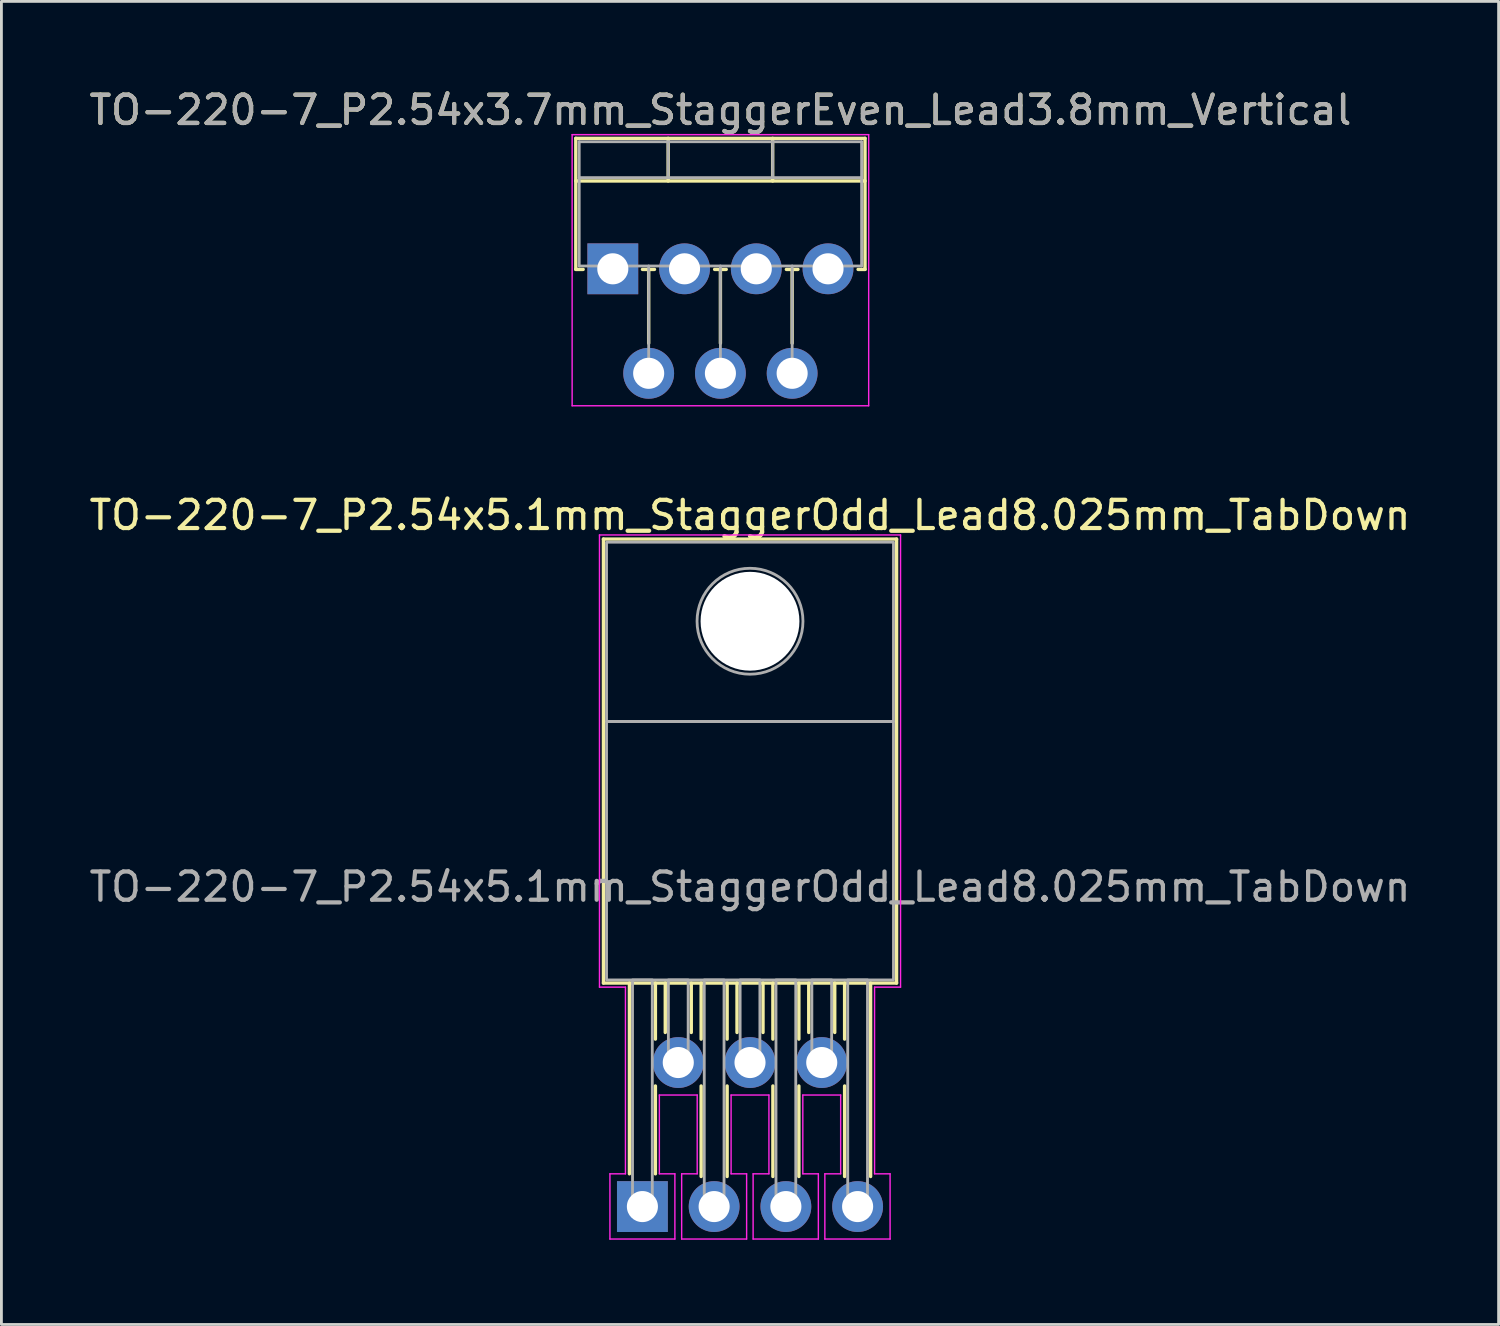
<source format=kicad_pcb>
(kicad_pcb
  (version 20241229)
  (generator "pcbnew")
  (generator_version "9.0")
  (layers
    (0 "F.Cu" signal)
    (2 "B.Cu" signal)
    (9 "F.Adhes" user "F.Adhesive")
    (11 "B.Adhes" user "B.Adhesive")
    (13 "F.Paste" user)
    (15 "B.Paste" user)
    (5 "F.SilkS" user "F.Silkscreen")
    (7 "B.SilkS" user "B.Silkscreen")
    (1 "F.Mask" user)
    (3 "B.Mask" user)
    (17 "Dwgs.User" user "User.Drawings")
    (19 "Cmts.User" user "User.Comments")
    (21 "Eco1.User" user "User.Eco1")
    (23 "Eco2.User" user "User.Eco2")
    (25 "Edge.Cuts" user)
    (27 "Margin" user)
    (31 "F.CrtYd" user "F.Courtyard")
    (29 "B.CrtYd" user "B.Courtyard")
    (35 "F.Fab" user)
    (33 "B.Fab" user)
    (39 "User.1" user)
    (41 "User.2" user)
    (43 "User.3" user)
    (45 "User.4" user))
  (footprint "TO-220-7_P2.54x3.7mm_StaggerEven_Lead3.8mm_Vertical"
    (layer "F.Cu")
    (at 18.648 6.468)
    (property "Reference" "TO-220-7_P2.54x3.7mm_StaggerEven_Lead3.8mm_Vertical" (at 3.81 -5.62 0) (layer "F.SilkS") (effects (font (size 1 1) (thickness 0.15))))
    (attr through_hole)
    (fp_line (start -1.31 -4.62) (end -1.31 0.021) (stroke (width 0.12) (type solid)) (layer "F.SilkS"))
    (fp_line (start -1.31 -4.62) (end 8.93 -4.62) (stroke (width 0.12) (type solid)) (layer "F.SilkS"))
    (fp_line (start -1.31 -3.111) (end 8.93 -3.111) (stroke (width 0.12) (type solid)) (layer "F.SilkS"))
    (fp_line (start -1.31 0.021) (end -1.05 0.021) (stroke (width 0.12) (type solid)) (layer "F.SilkS"))
    (fp_line (start 1.05 0.021) (end 1.475 0.021) (stroke (width 0.12) (type solid)) (layer "F.SilkS"))
    (fp_line (start 1.27 0.021) (end 1.27 2.635) (stroke (width 0.12) (type solid)) (layer "F.SilkS"))
    (fp_line (start 1.96 -4.62) (end 1.96 -3.111) (stroke (width 0.12) (type solid)) (layer "F.SilkS"))
    (fp_line (start 3.605 0.021) (end 4.016 0.021) (stroke (width 0.12) (type solid)) (layer "F.SilkS"))
    (fp_line (start 3.81 0.021) (end 3.81 2.635) (stroke (width 0.12) (type solid)) (layer "F.SilkS"))
    (fp_line (start 5.66 -4.62) (end 5.66 -3.111) (stroke (width 0.12) (type solid)) (layer "F.SilkS"))
    (fp_line (start 6.145 0.021) (end 6.555 0.021) (stroke (width 0.12) (type solid)) (layer "F.SilkS"))
    (fp_line (start 6.35 0.021) (end 6.35 2.635) (stroke (width 0.12) (type solid)) (layer "F.SilkS"))
    (fp_line (start 8.685 0.021) (end 8.93 0.021) (stroke (width 0.12) (type solid)) (layer "F.SilkS"))
    (fp_line (start 8.93 -4.62) (end 8.93 0.021) (stroke (width 0.12) (type solid)) (layer "F.SilkS"))
    (fp_line (start -1.44 -4.75) (end -1.44 4.85) (stroke (width 0.05) (type solid)) (layer "F.CrtYd"))
    (fp_line (start -1.44 4.85) (end 9.06 4.85) (stroke (width 0.05) (type solid)) (layer "F.CrtYd"))
    (fp_line (start 9.06 -4.75) (end -1.44 -4.75) (stroke (width 0.05) (type solid)) (layer "F.CrtYd"))
    (fp_line (start 9.06 4.85) (end 9.06 -4.75) (stroke (width 0.05) (type solid)) (layer "F.CrtYd"))
    (fp_line (start -1.19 -4.5) (end -1.19 -0.1) (stroke (width 0.1) (type solid)) (layer "F.Fab"))
    (fp_line (start -1.19 -3.23) (end 8.81 -3.23) (stroke (width 0.1) (type solid)) (layer "F.Fab"))
    (fp_line (start -1.19 -0.1) (end 8.81 -0.1) (stroke (width 0.1) (type solid)) (layer "F.Fab"))
    (fp_line (start 0 -0.1) (end 0 0) (stroke (width 0.1) (type solid)) (layer "F.Fab"))
    (fp_line (start 1.27 -0.1) (end 1.27 3.7) (stroke (width 0.1) (type solid)) (layer "F.Fab"))
    (fp_line (start 1.96 -4.5) (end 1.96 -3.23) (stroke (width 0.1) (type solid)) (layer "F.Fab"))
    (fp_line (start 2.54 -0.1) (end 2.54 0) (stroke (width 0.1) (type solid)) (layer "F.Fab"))
    (fp_line (start 3.81 -0.1) (end 3.81 3.7) (stroke (width 0.1) (type solid)) (layer "F.Fab"))
    (fp_line (start 5.08 -0.1) (end 5.08 0) (stroke (width 0.1) (type solid)) (layer "F.Fab"))
    (fp_line (start 5.66 -4.5) (end 5.66 -3.23) (stroke (width 0.1) (type solid)) (layer "F.Fab"))
    (fp_line (start 6.35 -0.1) (end 6.35 3.7) (stroke (width 0.1) (type solid)) (layer "F.Fab"))
    (fp_line (start 7.62 -0.1) (end 7.62 0) (stroke (width 0.1) (type solid)) (layer "F.Fab"))
    (fp_line (start 8.81 -4.5) (end -1.19 -4.5) (stroke (width 0.1) (type solid)) (layer "F.Fab"))
    (fp_line (start 8.81 -0.1) (end 8.81 -4.5) (stroke (width 0.1) (type solid)) (layer "F.Fab"))
    (fp_text user "${REFERENCE}" (at 3.81 -5.62 0) (layer "F.Fab") (effects (font (size 1 1) (thickness 0.15))))
    (pad "1" thru_hole rect (at 0 0) (size 1.8 1.8) (drill 1.1) (layers "*.Cu" "*.Mask"))
    (pad "2" thru_hole oval (at 1.27 3.7) (size 1.8 1.8) (drill 1.1) (layers "*.Cu" "*.Mask"))
    (pad "3" thru_hole oval (at 2.54 0) (size 1.8 1.8) (drill 1.1) (layers "*.Cu" "*.Mask"))
    (pad "4" thru_hole oval (at 3.81 3.7) (size 1.8 1.8) (drill 1.1) (layers "*.Cu" "*.Mask"))
    (pad "5" thru_hole oval (at 5.08 0) (size 1.8 1.8) (drill 1.1) (layers "*.Cu" "*.Mask"))
    (pad "6" thru_hole oval (at 6.35 3.7) (size 1.8 1.8) (drill 1.1) (layers "*.Cu" "*.Mask"))
    (pad "7" thru_hole oval (at 7.62 0) (size 1.8 1.8) (drill 1.1) (layers "*.Cu" "*.Mask")))
  (footprint "TO-220-7_P2.54x5.1mm_StaggerOdd_Lead8.025mm_TabDown"
    (layer "F.Cu")
    (at 19.696 39.672)
    (property "Reference" "TO-220-7_P2.54x5.1mm_StaggerOdd_Lead8.025mm_TabDown" (at 3.81 -24.48 0) (layer "F.SilkS") (effects (font (size 1 1) (thickness 0.15))))
    (attr through_hole)
    (fp_line (start -1.38 -23.635) (end 9 -23.635) (stroke (width 0.12) (type solid)) (layer "F.SilkS"))
    (fp_line (start -1.38 -7.915) (end -1.38 -23.635) (stroke (width 0.12) (type solid)) (layer "F.SilkS"))
    (fp_line (start -1.38 -7.915) (end 9 -7.915) (stroke (width 0.12) (type solid)) (layer "F.SilkS"))
    (fp_line (start -0.46 -7.915) (end -0.46 -1.16) (stroke (width 0.12) (type solid)) (layer "F.SilkS"))
    (fp_line (start 0.46 -7.915) (end 0.46 -5.93) (stroke (width 0.12) (type solid)) (layer "F.SilkS"))
    (fp_line (start 0.46 -4.27) (end 0.46 -1.16) (stroke (width 0.12) (type solid)) (layer "F.SilkS"))
    (fp_line (start 0.81 -7.915) (end 0.81 -6.165) (stroke (width 0.12) (type solid)) (layer "F.SilkS"))
    (fp_line (start 1.73 -7.915) (end 1.73 -6.165) (stroke (width 0.12) (type solid)) (layer "F.SilkS"))
    (fp_line (start 2.08 -7.915) (end 2.08 -5.93) (stroke (width 0.12) (type solid)) (layer "F.SilkS"))
    (fp_line (start 2.08 -4.27) (end 2.08 -1.065) (stroke (width 0.12) (type solid)) (layer "F.SilkS"))
    (fp_line (start 3 -7.915) (end 3 -5.93) (stroke (width 0.12) (type solid)) (layer "F.SilkS"))
    (fp_line (start 3 -4.27) (end 3 -1.065) (stroke (width 0.12) (type solid)) (layer "F.SilkS"))
    (fp_line (start 3.35 -7.915) (end 3.35 -6.165) (stroke (width 0.12) (type solid)) (layer "F.SilkS"))
    (fp_line (start 4.27 -7.915) (end 4.27 -6.165) (stroke (width 0.12) (type solid)) (layer "F.SilkS"))
    (fp_line (start 4.62 -7.915) (end 4.62 -5.93) (stroke (width 0.12) (type solid)) (layer "F.SilkS"))
    (fp_line (start 4.62 -4.27) (end 4.62 -1.065) (stroke (width 0.12) (type solid)) (layer "F.SilkS"))
    (fp_line (start 5.54 -7.915) (end 5.54 -5.93) (stroke (width 0.12) (type solid)) (layer "F.SilkS"))
    (fp_line (start 5.54 -4.27) (end 5.54 -1.065) (stroke (width 0.12) (type solid)) (layer "F.SilkS"))
    (fp_line (start 5.89 -7.915) (end 5.89 -6.165) (stroke (width 0.12) (type solid)) (layer "F.SilkS"))
    (fp_line (start 6.81 -7.915) (end 6.81 -6.165) (stroke (width 0.12) (type solid)) (layer "F.SilkS"))
    (fp_line (start 7.16 -7.915) (end 7.16 -5.93) (stroke (width 0.12) (type solid)) (layer "F.SilkS"))
    (fp_line (start 7.16 -4.27) (end 7.16 -1.065) (stroke (width 0.12) (type solid)) (layer "F.SilkS"))
    (fp_line (start 8.08 -7.915) (end 8.08 -1.065) (stroke (width 0.12) (type solid)) (layer "F.SilkS"))
    (fp_line (start 9 -7.915) (end 9 -23.635) (stroke (width 0.12) (type solid)) (layer "F.SilkS"))
    (fp_line (start -1.52 -23.78) (end 9.14 -23.78) (stroke (width 0.05) (type solid)) (layer "F.CrtYd"))
    (fp_line (start -1.52 -7.77) (end -1.52 -23.78) (stroke (width 0.05) (type solid)) (layer "F.CrtYd"))
    (fp_line (start -1.15 -1.16) (end -0.6 -1.16) (stroke (width 0.05) (type solid)) (layer "F.CrtYd"))
    (fp_line (start -1.15 1.15) (end -1.15 -1.16) (stroke (width 0.05) (type solid)) (layer "F.CrtYd"))
    (fp_line (start -0.6 -7.77) (end -1.52 -7.77) (stroke (width 0.05) (type solid)) (layer "F.CrtYd"))
    (fp_line (start -0.6 -1.16) (end -0.6 -7.77) (stroke (width 0.05) (type solid)) (layer "F.CrtYd"))
    (fp_line (start 0.6 -3.95) (end 0.6 -1.16) (stroke (width 0.05) (type solid)) (layer "F.CrtYd"))
    (fp_line (start 0.6 -1.16) (end 1.15 -1.16) (stroke (width 0.05) (type solid)) (layer "F.CrtYd"))
    (fp_line (start 1.15 -1.16) (end 1.15 1.15) (stroke (width 0.05) (type solid)) (layer "F.CrtYd"))
    (fp_line (start 1.15 1.15) (end -1.15 1.15) (stroke (width 0.05) (type solid)) (layer "F.CrtYd"))
    (fp_line (start 1.39 -1.16) (end 1.94 -1.16) (stroke (width 0.05) (type solid)) (layer "F.CrtYd"))
    (fp_line (start 1.39 1.15) (end 1.39 -1.16) (stroke (width 0.05) (type solid)) (layer "F.CrtYd"))
    (fp_line (start 1.94 -3.95) (end 0.6 -3.95) (stroke (width 0.05) (type solid)) (layer "F.CrtYd"))
    (fp_line (start 1.94 -1.16) (end 1.94 -3.95) (stroke (width 0.05) (type solid)) (layer "F.CrtYd"))
    (fp_line (start 3.14 -3.95) (end 3.14 -1.16) (stroke (width 0.05) (type solid)) (layer "F.CrtYd"))
    (fp_line (start 3.14 -1.16) (end 3.69 -1.16) (stroke (width 0.05) (type solid)) (layer "F.CrtYd"))
    (fp_line (start 3.69 -1.16) (end 3.69 1.15) (stroke (width 0.05) (type solid)) (layer "F.CrtYd"))
    (fp_line (start 3.69 1.15) (end 1.39 1.15) (stroke (width 0.05) (type solid)) (layer "F.CrtYd"))
    (fp_line (start 3.92 -1.16) (end 4.48 -1.16) (stroke (width 0.05) (type solid)) (layer "F.CrtYd"))
    (fp_line (start 3.92 1.15) (end 3.92 -1.16) (stroke (width 0.05) (type solid)) (layer "F.CrtYd"))
    (fp_line (start 4.48 -3.95) (end 3.14 -3.95) (stroke (width 0.05) (type solid)) (layer "F.CrtYd"))
    (fp_line (start 4.48 -1.16) (end 4.48 -3.95) (stroke (width 0.05) (type solid)) (layer "F.CrtYd"))
    (fp_line (start 5.68 -3.95) (end 5.68 -1.16) (stroke (width 0.05) (type solid)) (layer "F.CrtYd"))
    (fp_line (start 5.68 -1.16) (end 6.23 -1.16) (stroke (width 0.05) (type solid)) (layer "F.CrtYd"))
    (fp_line (start 6.23 -1.16) (end 6.23 1.15) (stroke (width 0.05) (type solid)) (layer "F.CrtYd"))
    (fp_line (start 6.23 1.15) (end 3.92 1.15) (stroke (width 0.05) (type solid)) (layer "F.CrtYd"))
    (fp_line (start 6.46 -1.16) (end 7.02 -1.16) (stroke (width 0.05) (type solid)) (layer "F.CrtYd"))
    (fp_line (start 6.46 1.15) (end 6.46 -1.16) (stroke (width 0.05) (type solid)) (layer "F.CrtYd"))
    (fp_line (start 7.02 -3.95) (end 5.68 -3.95) (stroke (width 0.05) (type solid)) (layer "F.CrtYd"))
    (fp_line (start 7.02 -1.16) (end 7.02 -3.95) (stroke (width 0.05) (type solid)) (layer "F.CrtYd"))
    (fp_line (start 8.22 -7.77) (end 8.22 -1.16) (stroke (width 0.05) (type solid)) (layer "F.CrtYd"))
    (fp_line (start 8.22 -1.16) (end 8.77 -1.16) (stroke (width 0.05) (type solid)) (layer "F.CrtYd"))
    (fp_line (start 8.77 -1.16) (end 8.77 1.15) (stroke (width 0.05) (type solid)) (layer "F.CrtYd"))
    (fp_line (start 8.77 1.15) (end 6.46 1.15) (stroke (width 0.05) (type solid)) (layer "F.CrtYd"))
    (fp_line (start 9.14 -23.78) (end 9.14 -7.77) (stroke (width 0.05) (type solid)) (layer "F.CrtYd"))
    (fp_line (start 9.14 -7.77) (end 8.22 -7.77) (stroke (width 0.05) (type solid)) (layer "F.CrtYd"))
    (fp_rect (start -1.27 -23.525) (end 8.89 -17.175) (stroke (width 0.1) (type solid)) (fill no) (layer "F.Fab"))
    (fp_rect (start -1.27 -17.175) (end 8.89 -8.025) (stroke (width 0.1) (type solid)) (fill no) (layer "F.Fab"))
    (fp_rect (start -0.35 -8.025) (end 0.35 0) (stroke (width 0.1) (type solid)) (fill no) (layer "F.Fab"))
    (fp_rect (start 0.92 -8.025) (end 1.62 -5.1) (stroke (width 0.1) (type solid)) (fill no) (layer "F.Fab"))
    (fp_rect (start 2.19 -8.025) (end 2.89 0) (stroke (width 0.1) (type solid)) (fill no) (layer "F.Fab"))
    (fp_rect (start 3.46 -8.025) (end 4.16 -5.1) (stroke (width 0.1) (type solid)) (fill no) (layer "F.Fab"))
    (fp_rect (start 4.73 -8.025) (end 5.43 0) (stroke (width 0.1) (type solid)) (fill no) (layer "F.Fab"))
    (fp_rect (start 6 -8.025) (end 6.7 -5.1) (stroke (width 0.1) (type solid)) (fill no) (layer "F.Fab"))
    (fp_rect (start 7.27 -8.025) (end 7.97 0) (stroke (width 0.1) (type solid)) (fill no) (layer "F.Fab"))
    (fp_circle (center 3.81 -20.725) (end 5.685 -20.725) (stroke (width 0.1) (type solid)) (fill no) (layer "F.Fab"))
    (fp_text user "${REFERENCE}" (at 3.81 -11.32 0) (layer "F.Fab") (effects (font (size 1 1) (thickness 0.15))))
    (pad "" np_thru_hole circle (at 3.81 -20.725) (size 3.5 3.5) (drill 3.5) (layers "*.Cu" "*.Mask"))
    (pad "1" thru_hole rect (at 0 0) (size 1.8 1.8) (drill 1.1) (layers "*.Cu" "*.Mask"))
    (pad "2" thru_hole circle (at 1.27 -5.1) (size 1.8 1.8) (drill 1.1) (layers "*.Cu" "*.Mask"))
    (pad "3" thru_hole circle (at 2.54 0) (size 1.8 1.8) (drill 1.1) (layers "*.Cu" "*.Mask"))
    (pad "4" thru_hole circle (at 3.81 -5.1) (size 1.8 1.8) (drill 1.1) (layers "*.Cu" "*.Mask"))
    (pad "5" thru_hole circle (at 5.08 0) (size 1.8 1.8) (drill 1.1) (layers "*.Cu" "*.Mask"))
    (pad "6" thru_hole circle (at 6.35 -5.1) (size 1.8 1.8) (drill 1.1) (layers "*.Cu" "*.Mask"))
    (pad "7" thru_hole circle (at 7.62 0) (size 1.8 1.8) (drill 1.1) (layers "*.Cu" "*.Mask")))
  (gr_rect
    (start -3 -3)
    (end 50.012 43.846)
    (stroke (width 0.1) (type default))
    (fill no)
    (layer "Edge.Cuts")))
</source>
